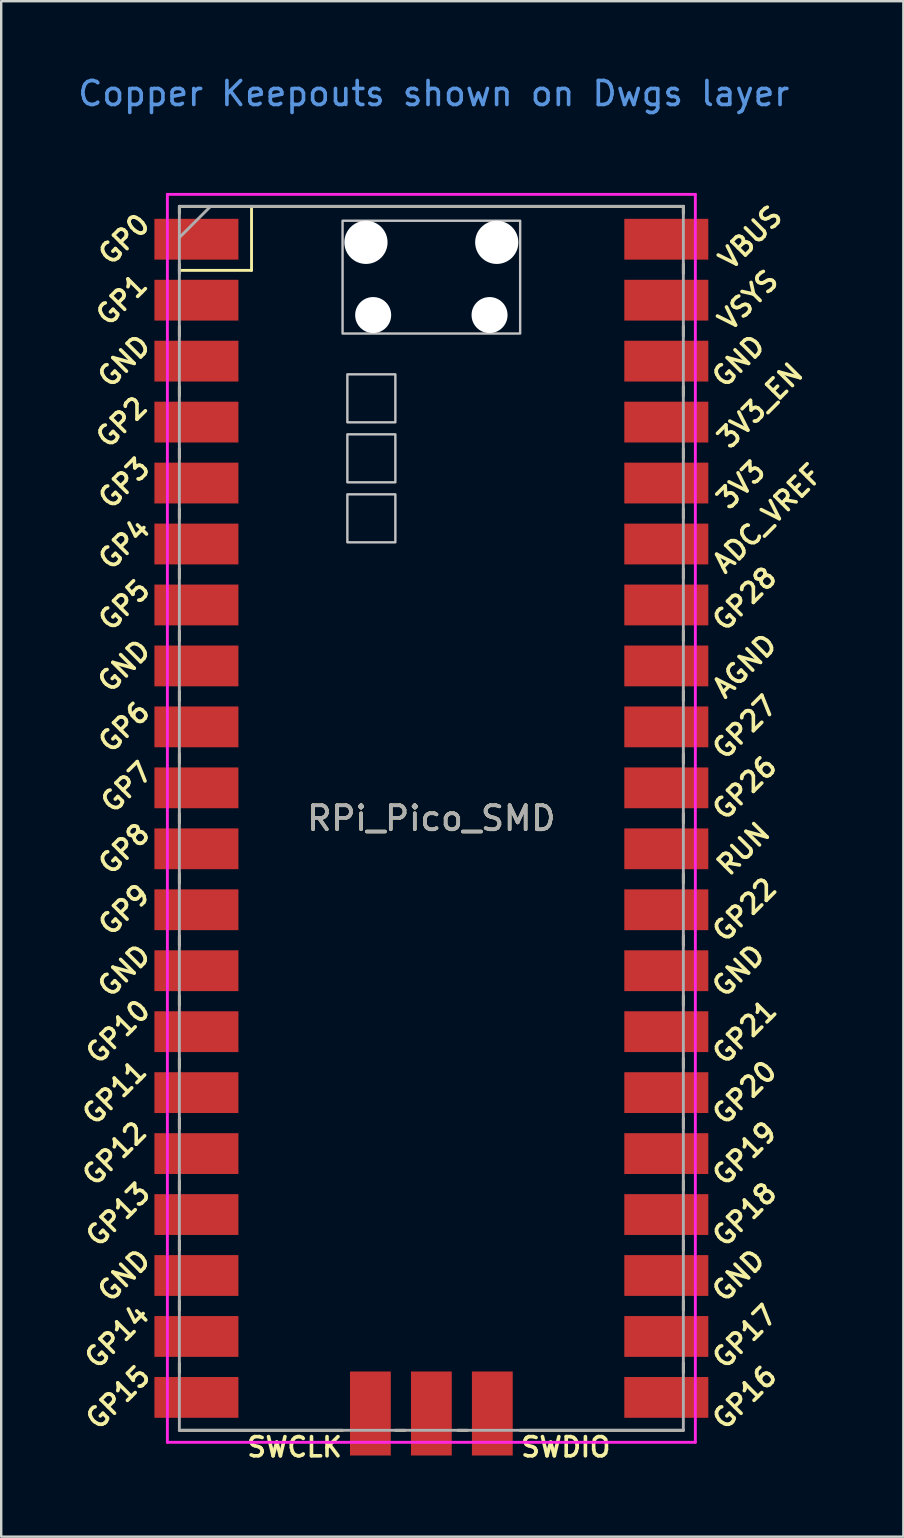
<source format=kicad_pcb>
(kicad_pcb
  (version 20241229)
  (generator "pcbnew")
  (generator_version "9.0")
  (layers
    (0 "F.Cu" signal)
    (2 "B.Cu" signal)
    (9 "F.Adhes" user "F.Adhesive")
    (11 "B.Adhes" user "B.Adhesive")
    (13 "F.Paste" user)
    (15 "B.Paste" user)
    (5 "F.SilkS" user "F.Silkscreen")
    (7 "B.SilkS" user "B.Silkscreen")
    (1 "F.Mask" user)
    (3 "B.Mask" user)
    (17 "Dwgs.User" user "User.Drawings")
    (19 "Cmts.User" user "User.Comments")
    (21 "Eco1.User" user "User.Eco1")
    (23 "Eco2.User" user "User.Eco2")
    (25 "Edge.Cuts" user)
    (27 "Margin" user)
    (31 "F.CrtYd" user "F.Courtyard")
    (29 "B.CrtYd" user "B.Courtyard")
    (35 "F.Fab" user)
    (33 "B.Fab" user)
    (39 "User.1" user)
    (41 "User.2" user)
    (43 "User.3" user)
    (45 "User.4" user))
  (footprint "RPi_Pico_SMD"
    (layer "F.Cu")
    (at 14.924 31.048)
    (property "Reference" "RPi_Pico_SMD" (at 0 0 0) (layer "F.SilkS") (effects (font (size 1 1) (thickness 0.15))))
    (attr through_hole)
    (fp_line (start -10.5 -25.5) (end -10.5 -25.2) (stroke (width 0.12) (type solid)) (layer "F.SilkS"))
    (fp_line (start -10.5 -25.5) (end 10.5 -25.5) (stroke (width 0.12) (type solid)) (layer "F.SilkS"))
    (fp_line (start -10.5 -23.1) (end -10.5 -22.7) (stroke (width 0.12) (type solid)) (layer "F.SilkS"))
    (fp_line (start -10.5 -22.833) (end -7.493 -22.833) (stroke (width 0.12) (type solid)) (layer "F.SilkS"))
    (fp_line (start -10.5 -20.5) (end -10.5 -20.1) (stroke (width 0.12) (type solid)) (layer "F.SilkS"))
    (fp_line (start -10.5 -18) (end -10.5 -17.6) (stroke (width 0.12) (type solid)) (layer "F.SilkS"))
    (fp_line (start -10.5 -15.4) (end -10.5 -15) (stroke (width 0.12) (type solid)) (layer "F.SilkS"))
    (fp_line (start -10.5 -12.9) (end -10.5 -12.5) (stroke (width 0.12) (type solid)) (layer "F.SilkS"))
    (fp_line (start -10.5 -10.4) (end -10.5 -10) (stroke (width 0.12) (type solid)) (layer "F.SilkS"))
    (fp_line (start -10.5 -7.8) (end -10.5 -7.4) (stroke (width 0.12) (type solid)) (layer "F.SilkS"))
    (fp_line (start -10.5 -5.3) (end -10.5 -4.9) (stroke (width 0.12) (type solid)) (layer "F.SilkS"))
    (fp_line (start -10.5 -2.7) (end -10.5 -2.3) (stroke (width 0.12) (type solid)) (layer "F.SilkS"))
    (fp_line (start -10.5 -0.2) (end -10.5 0.2) (stroke (width 0.12) (type solid)) (layer "F.SilkS"))
    (fp_line (start -10.5 2.3) (end -10.5 2.7) (stroke (width 0.12) (type solid)) (layer "F.SilkS"))
    (fp_line (start -10.5 4.9) (end -10.5 5.3) (stroke (width 0.12) (type solid)) (layer "F.SilkS"))
    (fp_line (start -10.5 7.4) (end -10.5 7.8) (stroke (width 0.12) (type solid)) (layer "F.SilkS"))
    (fp_line (start -10.5 10) (end -10.5 10.4) (stroke (width 0.12) (type solid)) (layer "F.SilkS"))
    (fp_line (start -10.5 12.5) (end -10.5 12.9) (stroke (width 0.12) (type solid)) (layer "F.SilkS"))
    (fp_line (start -10.5 15.1) (end -10.5 15.5) (stroke (width 0.12) (type solid)) (layer "F.SilkS"))
    (fp_line (start -10.5 17.6) (end -10.5 18) (stroke (width 0.12) (type solid)) (layer "F.SilkS"))
    (fp_line (start -10.5 20.1) (end -10.5 20.5) (stroke (width 0.12) (type solid)) (layer "F.SilkS"))
    (fp_line (start -10.5 22.7) (end -10.5 23.1) (stroke (width 0.12) (type solid)) (layer "F.SilkS"))
    (fp_line (start -7.493 -22.833) (end -7.493 -25.5) (stroke (width 0.12) (type solid)) (layer "F.SilkS"))
    (fp_line (start -3.7 25.5) (end -10.5 25.5) (stroke (width 0.12) (type solid)) (layer "F.SilkS"))
    (fp_line (start -1.5 25.5) (end -1.1 25.5) (stroke (width 0.12) (type solid)) (layer "F.SilkS"))
    (fp_line (start 1.1 25.5) (end 1.5 25.5) (stroke (width 0.12) (type solid)) (layer "F.SilkS"))
    (fp_line (start 10.5 -25.5) (end 10.5 -25.2) (stroke (width 0.12) (type solid)) (layer "F.SilkS"))
    (fp_line (start 10.5 -23.1) (end 10.5 -22.7) (stroke (width 0.12) (type solid)) (layer "F.SilkS"))
    (fp_line (start 10.5 -20.5) (end 10.5 -20.1) (stroke (width 0.12) (type solid)) (layer "F.SilkS"))
    (fp_line (start 10.5 -18) (end 10.5 -17.6) (stroke (width 0.12) (type solid)) (layer "F.SilkS"))
    (fp_line (start 10.5 -15.4) (end 10.5 -15) (stroke (width 0.12) (type solid)) (layer "F.SilkS"))
    (fp_line (start 10.5 -12.9) (end 10.5 -12.5) (stroke (width 0.12) (type solid)) (layer "F.SilkS"))
    (fp_line (start 10.5 -10.4) (end 10.5 -10) (stroke (width 0.12) (type solid)) (layer "F.SilkS"))
    (fp_line (start 10.5 -7.8) (end 10.5 -7.4) (stroke (width 0.12) (type solid)) (layer "F.SilkS"))
    (fp_line (start 10.5 -5.3) (end 10.5 -4.9) (stroke (width 0.12) (type solid)) (layer "F.SilkS"))
    (fp_line (start 10.5 -2.7) (end 10.5 -2.3) (stroke (width 0.12) (type solid)) (layer "F.SilkS"))
    (fp_line (start 10.5 -0.2) (end 10.5 0.2) (stroke (width 0.12) (type solid)) (layer "F.SilkS"))
    (fp_line (start 10.5 2.3) (end 10.5 2.7) (stroke (width 0.12) (type solid)) (layer "F.SilkS"))
    (fp_line (start 10.5 4.9) (end 10.5 5.3) (stroke (width 0.12) (type solid)) (layer "F.SilkS"))
    (fp_line (start 10.5 7.4) (end 10.5 7.8) (stroke (width 0.12) (type solid)) (layer "F.SilkS"))
    (fp_line (start 10.5 10) (end 10.5 10.4) (stroke (width 0.12) (type solid)) (layer "F.SilkS"))
    (fp_line (start 10.5 12.5) (end 10.5 12.9) (stroke (width 0.12) (type solid)) (layer "F.SilkS"))
    (fp_line (start 10.5 15.1) (end 10.5 15.5) (stroke (width 0.12) (type solid)) (layer "F.SilkS"))
    (fp_line (start 10.5 17.6) (end 10.5 18) (stroke (width 0.12) (type solid)) (layer "F.SilkS"))
    (fp_line (start 10.5 20.1) (end 10.5 20.5) (stroke (width 0.12) (type solid)) (layer "F.SilkS"))
    (fp_line (start 10.5 22.7) (end 10.5 23.1) (stroke (width 0.12) (type solid)) (layer "F.SilkS"))
    (fp_line (start 10.5 25.5) (end 3.7 25.5) (stroke (width 0.12) (type solid)) (layer "F.SilkS"))
    (fp_rect (start -11.5 -19.85) (end -8.1 -18.25) (stroke (width 0.01) (type solid)) (fill yes) (layer "F.Paste"))
    (fp_rect (start -11.5 -17.3) (end -8.1 -15.7) (stroke (width 0.01) (type solid)) (fill yes) (layer "F.Paste"))
    (fp_rect (start -11.5 -14.75) (end -8.1 -13.15) (stroke (width 0.01) (type solid)) (fill yes) (layer "F.Paste"))
    (fp_rect (start -11.5 -12.25) (end -8.1 -10.65) (stroke (width 0.01) (type solid)) (fill yes) (layer "F.Paste"))
    (fp_rect (start -11.5 -9.7) (end -8.1 -8.1) (stroke (width 0.01) (type solid)) (fill yes) (layer "F.Paste"))
    (fp_rect (start -11.5 -7.15) (end -8.1 -5.55) (stroke (width 0.01) (type solid)) (fill yes) (layer "F.Paste"))
    (fp_rect (start -11.5 -4.6) (end -8.1 -3) (stroke (width 0.01) (type solid)) (fill yes) (layer "F.Paste"))
    (fp_rect (start -11.5 -2.05) (end -8.1 -0.45) (stroke (width 0.01) (type solid)) (fill yes) (layer "F.Paste"))
    (fp_rect (start -11.5 0.45) (end -8.1 2.05) (stroke (width 0.01) (type solid)) (fill yes) (layer "F.Paste"))
    (fp_rect (start -11.5 3) (end -8.1 4.6) (stroke (width 0.01) (type solid)) (fill yes) (layer "F.Paste"))
    (fp_rect (start -11.5 5.55) (end -8.1 7.15) (stroke (width 0.01) (type solid)) (fill yes) (layer "F.Paste"))
    (fp_rect (start -11.5 8.1) (end -8.1 9.7) (stroke (width 0.01) (type solid)) (fill yes) (layer "F.Paste"))
    (fp_rect (start -11.5 10.65) (end -8.1 12.25) (stroke (width 0.01) (type solid)) (fill yes) (layer "F.Paste"))
    (fp_rect (start -11.5 13.15) (end -8.1 14.75) (stroke (width 0.01) (type solid)) (fill yes) (layer "F.Paste"))
    (fp_rect (start -11.5 15.7) (end -8.1 17.3) (stroke (width 0.01) (type solid)) (fill yes) (layer "F.Paste"))
    (fp_rect (start -11.5 18.25) (end -8.1 19.85) (stroke (width 0.01) (type solid)) (fill yes) (layer "F.Paste"))
    (fp_rect (start -11.5 20.8) (end -8.1 22.4) (stroke (width 0.01) (type solid)) (fill yes) (layer "F.Paste"))
    (fp_rect (start -11.5 23.35) (end -8.1 24.95) (stroke (width 0.01) (type solid)) (fill yes) (layer "F.Paste"))
    (fp_rect (start -11.49 -24.93) (end -8.09 -23.33) (stroke (width 0.01) (type solid)) (fill yes) (layer "F.Paste"))
    (fp_rect (start -11.49 -22.4) (end -8.09 -20.8) (stroke (width 0.01) (type solid)) (fill yes) (layer "F.Paste"))
    (fp_rect (start -3.34 26.5) (end -1.74 23.1) (stroke (width 0.01) (type solid)) (fill yes) (layer "F.Paste"))
    (fp_rect (start -0.81 26.51) (end 0.79 23.11) (stroke (width 0.01) (type solid)) (fill yes) (layer "F.Paste"))
    (fp_rect (start 1.74 26.5) (end 3.34 23.1) (stroke (width 0.01) (type solid)) (fill yes) (layer "F.Paste"))
    (fp_rect (start 8.09 -19.85) (end 11.49 -18.25) (stroke (width 0.01) (type solid)) (fill yes) (layer "F.Paste"))
    (fp_rect (start 8.09 -17.3) (end 11.49 -15.7) (stroke (width 0.01) (type solid)) (fill yes) (layer "F.Paste"))
    (fp_rect (start 8.09 -14.75) (end 11.49 -13.15) (stroke (width 0.01) (type solid)) (fill yes) (layer "F.Paste"))
    (fp_rect (start 8.09 -12.25) (end 11.49 -10.65) (stroke (width 0.01) (type solid)) (fill yes) (layer "F.Paste"))
    (fp_rect (start 8.09 -9.7) (end 11.49 -8.1) (stroke (width 0.01) (type solid)) (fill yes) (layer "F.Paste"))
    (fp_rect (start 8.09 -7.15) (end 11.49 -5.55) (stroke (width 0.01) (type solid)) (fill yes) (layer "F.Paste"))
    (fp_rect (start 8.09 -4.6) (end 11.49 -3) (stroke (width 0.01) (type solid)) (fill yes) (layer "F.Paste"))
    (fp_rect (start 8.09 -2.05) (end 11.49 -0.45) (stroke (width 0.01) (type solid)) (fill yes) (layer "F.Paste"))
    (fp_rect (start 8.09 0.45) (end 11.49 2.05) (stroke (width 0.01) (type solid)) (fill yes) (layer "F.Paste"))
    (fp_rect (start 8.09 3) (end 11.49 4.6) (stroke (width 0.01) (type solid)) (fill yes) (layer "F.Paste"))
    (fp_rect (start 8.09 5.55) (end 11.49 7.15) (stroke (width 0.01) (type solid)) (fill yes) (layer "F.Paste"))
    (fp_rect (start 8.09 8.1) (end 11.49 9.7) (stroke (width 0.01) (type solid)) (fill yes) (layer "F.Paste"))
    (fp_rect (start 8.09 10.65) (end 11.49 12.25) (stroke (width 0.01) (type solid)) (fill yes) (layer "F.Paste"))
    (fp_rect (start 8.09 13.15) (end 11.49 14.75) (stroke (width 0.01) (type solid)) (fill yes) (layer "F.Paste"))
    (fp_rect (start 8.09 15.7) (end 11.49 17.3) (stroke (width 0.01) (type solid)) (fill yes) (layer "F.Paste"))
    (fp_rect (start 8.09 18.25) (end 11.49 19.85) (stroke (width 0.01) (type solid)) (fill yes) (layer "F.Paste"))
    (fp_rect (start 8.09 20.8) (end 11.49 22.4) (stroke (width 0.01) (type solid)) (fill yes) (layer "F.Paste"))
    (fp_rect (start 8.09 23.35) (end 11.49 24.95) (stroke (width 0.01) (type solid)) (fill yes) (layer "F.Paste"))
    (fp_rect (start 8.1 -24.93) (end 11.5 -23.33) (stroke (width 0.01) (type solid)) (fill yes) (layer "F.Paste"))
    (fp_rect (start 8.1 -22.4) (end 11.5 -20.8) (stroke (width 0.01) (type solid)) (fill yes) (layer "F.Paste"))
    (fp_poly (pts (xy -1.5 -16.5) (xy -3.5 -16.5) (xy -3.5 -18.5) (xy -1.5 -18.5)) (stroke (width 0.1) (type solid)) (fill no) (layer "Dwgs.User"))
    (fp_poly (pts (xy -1.5 -14) (xy -3.5 -14) (xy -3.5 -16) (xy -1.5 -16)) (stroke (width 0.1) (type solid)) (fill no) (layer "Dwgs.User"))
    (fp_poly (pts (xy -1.5 -11.5) (xy -3.5 -11.5) (xy -3.5 -13.5) (xy -1.5 -13.5)) (stroke (width 0.1) (type solid)) (fill no) (layer "Dwgs.User"))
    (fp_poly (pts (xy 3.7 -20.2) (xy -3.7 -20.2) (xy -3.7 -24.9) (xy 3.7 -24.9)) (stroke (width 0.1) (type solid)) (fill no) (layer "Dwgs.User"))
    (fp_line (start -11 -26) (end 11 -26) (stroke (width 0.12) (type solid)) (layer "F.CrtYd"))
    (fp_line (start -11 26) (end -11 -26) (stroke (width 0.12) (type solid)) (layer "F.CrtYd"))
    (fp_line (start 11 -26) (end 11 26) (stroke (width 0.12) (type solid)) (layer "F.CrtYd"))
    (fp_line (start 11 26) (end -11 26) (stroke (width 0.12) (type solid)) (layer "F.CrtYd"))
    (fp_line (start -10.5 -25.5) (end 10.5 -25.5) (stroke (width 0.12) (type solid)) (layer "F.Fab"))
    (fp_line (start -10.5 -24.2) (end -9.2 -25.5) (stroke (width 0.12) (type solid)) (layer "F.Fab"))
    (fp_line (start -10.5 25.5) (end -10.5 -25.5) (stroke (width 0.12) (type solid)) (layer "F.Fab"))
    (fp_line (start 10.5 -25.5) (end 10.5 25.5) (stroke (width 0.12) (type solid)) (layer "F.Fab"))
    (fp_line (start 10.5 25.5) (end -10.5 25.5) (stroke (width 0.12) (type solid)) (layer "F.Fab"))
    (fp_text user "VBUS" (at 13.3 -24.2 45) (layer "F.SilkS") (effects (font (size 0.8 0.8) (thickness 0.15))))
    (fp_text user "GP14" (at -13.1 21.59 45) (layer "F.SilkS") (effects (font (size 0.8 0.8) (thickness 0.15))))
    (fp_text user "GP26" (at 13.054 -1.27 45) (layer "F.SilkS") (effects (font (size 0.8 0.8) (thickness 0.15))))
    (fp_text user "AGND" (at 13.054 -6.35 45) (layer "F.SilkS") (effects (font (size 0.8 0.8) (thickness 0.15))))
    (fp_text user "GP5" (at -12.8 -8.89 45) (layer "F.SilkS") (effects (font (size 0.8 0.8) (thickness 0.15))))
    (fp_text user "GP27" (at 13.054 -3.8 45) (layer "F.SilkS") (effects (font (size 0.8 0.8) (thickness 0.15))))
    (fp_text user "GND" (at -12.8 -6.35 45) (layer "F.SilkS") (effects (font (size 0.8 0.8) (thickness 0.15))))
    (fp_text user "3V3" (at 12.9 -13.9 45) (layer "F.SilkS") (effects (font (size 0.8 0.8) (thickness 0.15))))
    (fp_text user "GP22" (at 13.054 3.81 45) (layer "F.SilkS") (effects (font (size 0.8 0.8) (thickness 0.15))))
    (fp_text user "GP19" (at 13.054 13.97 45) (layer "F.SilkS") (effects (font (size 0.8 0.8) (thickness 0.15))))
    (fp_text user "GP12" (at -13.2 13.97 45) (layer "F.SilkS") (effects (font (size 0.8 0.8) (thickness 0.15))))
    (fp_text user "GND" (at -12.8 -19.05 45) (layer "F.SilkS") (effects (font (size 0.8 0.8) (thickness 0.15))))
    (fp_text user "GP11" (at -13.2 11.43 45) (layer "F.SilkS") (effects (font (size 0.8 0.8) (thickness 0.15))))
    (fp_text user "3V3_EN" (at 13.7 -17.2 45) (layer "F.SilkS") (effects (font (size 0.8 0.8) (thickness 0.15))))
    (fp_text user "GND" (at 12.8 19.05 45) (layer "F.SilkS") (effects (font (size 0.8 0.8) (thickness 0.15))))
    (fp_text user "GP3" (at -12.8 -13.97 45) (layer "F.SilkS") (effects (font (size 0.8 0.8) (thickness 0.15))))
    (fp_text user "GP16" (at 13.054 24.13 45) (layer "F.SilkS") (effects (font (size 0.8 0.8) (thickness 0.15))))
    (fp_text user "GP17" (at 13.054 21.59 45) (layer "F.SilkS") (effects (font (size 0.8 0.8) (thickness 0.15))))
    (fp_text user "GP28" (at 13.054 -9.144 45) (layer "F.SilkS") (effects (font (size 0.8 0.8) (thickness 0.15))))
    (fp_text user "GP10" (at -13.054 8.89 45) (layer "F.SilkS") (effects (font (size 0.8 0.8) (thickness 0.15))))
    (fp_text user "GP15" (at -13.054 24.13 45) (layer "F.SilkS") (effects (font (size 0.8 0.8) (thickness 0.15))))
    (fp_text user "GND" (at -12.8 6.35 45) (layer "F.SilkS") (effects (font (size 0.8 0.8) (thickness 0.15))))
    (fp_text user "GP18" (at 13.054 16.51 45) (layer "F.SilkS") (effects (font (size 0.8 0.8) (thickness 0.15))))
    (fp_text user "GP0" (at -12.8 -24.13 45) (layer "F.SilkS") (effects (font (size 0.8 0.8) (thickness 0.15))))
    (fp_text user "GP6" (at -12.8 -3.81 45) (layer "F.SilkS") (effects (font (size 0.8 0.8) (thickness 0.15))))
    (fp_text user "GND" (at 12.8 6.35 45) (layer "F.SilkS") (effects (font (size 0.8 0.8) (thickness 0.15))))
    (fp_text user "GND" (at 12.8 -19.05 45) (layer "F.SilkS") (effects (font (size 0.8 0.8) (thickness 0.15))))
    (fp_text user "GP7" (at -12.7 -1.3 45) (layer "F.SilkS") (effects (font (size 0.8 0.8) (thickness 0.15))))
    (fp_text user "GP21" (at 13.054 8.9 45) (layer "F.SilkS") (effects (font (size 0.8 0.8) (thickness 0.15))))
    (fp_text user "VSYS" (at 13.2 -21.59 45) (layer "F.SilkS") (effects (font (size 0.8 0.8) (thickness 0.15))))
    (fp_text user "GP20" (at 13.054 11.43 45) (layer "F.SilkS") (effects (font (size 0.8 0.8) (thickness 0.15))))
    (fp_text user "GP13" (at -13.054 16.51 45) (layer "F.SilkS") (effects (font (size 0.8 0.8) (thickness 0.15))))
    (fp_text user "GP2" (at -12.9 -16.51 45) (layer "F.SilkS") (effects (font (size 0.8 0.8) (thickness 0.15))))
    (fp_text user "SWCLK" (at -5.7 26.2 0) (layer "F.SilkS") (effects (font (size 0.8 0.8) (thickness 0.15))))
    (fp_text user "GP4" (at -12.8 -11.43 45) (layer "F.SilkS") (effects (font (size 0.8 0.8) (thickness 0.15))))
    (fp_text user "SWDIO" (at 5.6 26.2 0) (layer "F.SilkS") (effects (font (size 0.8 0.8) (thickness 0.15))))
    (fp_text user "GP1" (at -12.9 -21.6 45) (layer "F.SilkS") (effects (font (size 0.8 0.8) (thickness 0.15))))
    (fp_text user "ADC_VREF" (at 14 -12.5 45) (layer "F.SilkS") (effects (font (size 0.8 0.8) (thickness 0.15))))
    (fp_text user "GND" (at -12.8 19.05 45) (layer "F.SilkS") (effects (font (size 0.8 0.8) (thickness 0.15))))
    (fp_text user "GP9" (at -12.8 3.81 45) (layer "F.SilkS") (effects (font (size 0.8 0.8) (thickness 0.15))))
    (fp_text user "RUN" (at 13 1.27 45) (layer "F.SilkS") (effects (font (size 0.8 0.8) (thickness 0.15))))
    (fp_text user "GP8" (at -12.8 1.27 45) (layer "F.SilkS") (effects (font (size 0.8 0.8) (thickness 0.15))))
    (fp_text user "Copper Keepouts shown on Dwgs layer" (at 0.1 -30.2 0) (layer "Cmts.User") (effects (font (size 1 1) (thickness 0.15))))
    (fp_text user "${REFERENCE}" (at 0 0 180) (layer "F.Fab") (effects (font (size 1 1) (thickness 0.15))))
    (pad "" np_thru_hole oval (at -2.725 -24) (size 1.8 1.8) (drill 1.8) (layers "*.Cu" "*.Mask"))
    (pad "" np_thru_hole oval (at -2.425 -20.97) (size 1.5 1.5) (drill 1.5) (layers "*.Cu" "*.Mask"))
    (pad "" np_thru_hole oval (at 2.425 -20.97) (size 1.5 1.5) (drill 1.5) (layers "*.Cu" "*.Mask"))
    (pad "" np_thru_hole oval (at 2.725 -24) (size 1.8 1.8) (drill 1.8) (layers "*.Cu" "*.Mask"))
    (pad "1" smd rect (at -8.89 -24.13) (size 3.5 1.7) (drill (offset -0.9 0)) (layers "F.Cu" "F.Mask"))
    (pad "2" smd rect (at -8.89 -21.59) (size 3.5 1.7) (drill (offset -0.9 0)) (layers "F.Cu" "F.Mask"))
    (pad "3" smd rect (at -8.89 -19.05) (size 3.5 1.7) (drill (offset -0.9 0)) (layers "F.Cu" "F.Mask"))
    (pad "4" smd rect (at -8.89 -16.51) (size 3.5 1.7) (drill (offset -0.9 0)) (layers "F.Cu" "F.Mask"))
    (pad "5" smd rect (at -8.89 -13.97) (size 3.5 1.7) (drill (offset -0.9 0)) (layers "F.Cu" "F.Mask"))
    (pad "6" smd rect (at -8.89 -11.43) (size 3.5 1.7) (drill (offset -0.9 0)) (layers "F.Cu" "F.Mask"))
    (pad "7" smd rect (at -8.89 -8.89) (size 3.5 1.7) (drill (offset -0.9 0)) (layers "F.Cu" "F.Mask"))
    (pad "8" smd rect (at -8.89 -6.35) (size 3.5 1.7) (drill (offset -0.9 0)) (layers "F.Cu" "F.Mask"))
    (pad "9" smd rect (at -8.89 -3.81) (size 3.5 1.7) (drill (offset -0.9 0)) (layers "F.Cu" "F.Mask"))
    (pad "10" smd rect (at -8.89 -1.27) (size 3.5 1.7) (drill (offset -0.9 0)) (layers "F.Cu" "F.Mask"))
    (pad "11" smd rect (at -8.89 1.27) (size 3.5 1.7) (drill (offset -0.9 0)) (layers "F.Cu" "F.Mask"))
    (pad "12" smd rect (at -8.89 3.81) (size 3.5 1.7) (drill (offset -0.9 0)) (layers "F.Cu" "F.Mask"))
    (pad "13" smd rect (at -8.89 6.35) (size 3.5 1.7) (drill (offset -0.9 0)) (layers "F.Cu" "F.Mask"))
    (pad "14" smd rect (at -8.89 8.89) (size 3.5 1.7) (drill (offset -0.9 0)) (layers "F.Cu" "F.Mask"))
    (pad "15" smd rect (at -8.89 11.43) (size 3.5 1.7) (drill (offset -0.9 0)) (layers "F.Cu" "F.Mask"))
    (pad "16" smd rect (at -8.89 13.97) (size 3.5 1.7) (drill (offset -0.9 0)) (layers "F.Cu" "F.Mask"))
    (pad "17" smd rect (at -8.89 16.51) (size 3.5 1.7) (drill (offset -0.9 0)) (layers "F.Cu" "F.Mask"))
    (pad "18" smd rect (at -8.89 19.05) (size 3.5 1.7) (drill (offset -0.9 0)) (layers "F.Cu" "F.Mask"))
    (pad "19" smd rect (at -8.89 21.59) (size 3.5 1.7) (drill (offset -0.9 0)) (layers "F.Cu" "F.Mask"))
    (pad "20" smd rect (at -8.89 24.13) (size 3.5 1.7) (drill (offset -0.9 0)) (layers "F.Cu" "F.Mask"))
    (pad "21" smd rect (at 8.89 24.13) (size 3.5 1.7) (drill (offset 0.9 0)) (layers "F.Cu" "F.Mask"))
    (pad "22" smd rect (at 8.89 21.59) (size 3.5 1.7) (drill (offset 0.9 0)) (layers "F.Cu" "F.Mask"))
    (pad "23" smd rect (at 8.89 19.05) (size 3.5 1.7) (drill (offset 0.9 0)) (layers "F.Cu" "F.Mask"))
    (pad "24" smd rect (at 8.89 16.51) (size 3.5 1.7) (drill (offset 0.9 0)) (layers "F.Cu" "F.Mask"))
    (pad "25" smd rect (at 8.89 13.97) (size 3.5 1.7) (drill (offset 0.9 0)) (layers "F.Cu" "F.Mask"))
    (pad "26" smd rect (at 8.89 11.43) (size 3.5 1.7) (drill (offset 0.9 0)) (layers "F.Cu" "F.Mask"))
    (pad "27" smd rect (at 8.89 8.89) (size 3.5 1.7) (drill (offset 0.9 0)) (layers "F.Cu" "F.Mask"))
    (pad "28" smd rect (at 8.89 6.35) (size 3.5 1.7) (drill (offset 0.9 0)) (layers "F.Cu" "F.Mask"))
    (pad "29" smd rect (at 8.89 3.81) (size 3.5 1.7) (drill (offset 0.9 0)) (layers "F.Cu" "F.Mask"))
    (pad "30" smd rect (at 8.89 1.27) (size 3.5 1.7) (drill (offset 0.9 0)) (layers "F.Cu" "F.Mask"))
    (pad "31" smd rect (at 8.89 -1.27) (size 3.5 1.7) (drill (offset 0.9 0)) (layers "F.Cu" "F.Mask"))
    (pad "32" smd rect (at 8.89 -3.81) (size 3.5 1.7) (drill (offset 0.9 0)) (layers "F.Cu" "F.Mask"))
    (pad "33" smd rect (at 8.89 -6.35) (size 3.5 1.7) (drill (offset 0.9 0)) (layers "F.Cu" "F.Mask"))
    (pad "34" smd rect (at 8.89 -8.89) (size 3.5 1.7) (drill (offset 0.9 0)) (layers "F.Cu" "F.Mask"))
    (pad "35" smd rect (at 8.89 -11.43) (size 3.5 1.7) (drill (offset 0.9 0)) (layers "F.Cu" "F.Mask"))
    (pad "36" smd rect (at 8.89 -13.97) (size 3.5 1.7) (drill (offset 0.9 0)) (layers "F.Cu" "F.Mask"))
    (pad "37" smd rect (at 8.89 -16.51) (size 3.5 1.7) (drill (offset 0.9 0)) (layers "F.Cu" "F.Mask"))
    (pad "38" smd rect (at 8.89 -19.05) (size 3.5 1.7) (drill (offset 0.9 0)) (layers "F.Cu" "F.Mask"))
    (pad "39" smd rect (at 8.89 -21.59) (size 3.5 1.7) (drill (offset 0.9 0)) (layers "F.Cu" "F.Mask"))
    (pad "40" smd rect (at 8.89 -24.13) (size 3.5 1.7) (drill (offset 0.9 0)) (layers "F.Cu" "F.Mask"))
    (pad "41" smd rect (at -2.54 23.9 90) (size 3.5 1.7) (drill (offset -0.9 0)) (layers "F.Cu" "F.Mask"))
    (pad "42" smd rect (at 0 23.9 90) (size 3.5 1.7) (drill (offset -0.9 0)) (layers "F.Cu" "F.Mask"))
    (pad "43" smd rect (at 2.54 23.9 90) (size 3.5 1.7) (drill (offset -0.9 0)) (layers "F.Cu" "F.Mask")))
  (gr_rect
    (start -3 -3)
    (end 34.591 60.98)
    (stroke (width 0.1) (type default))
    (fill no)
    (layer "Edge.Cuts")))
</source>
